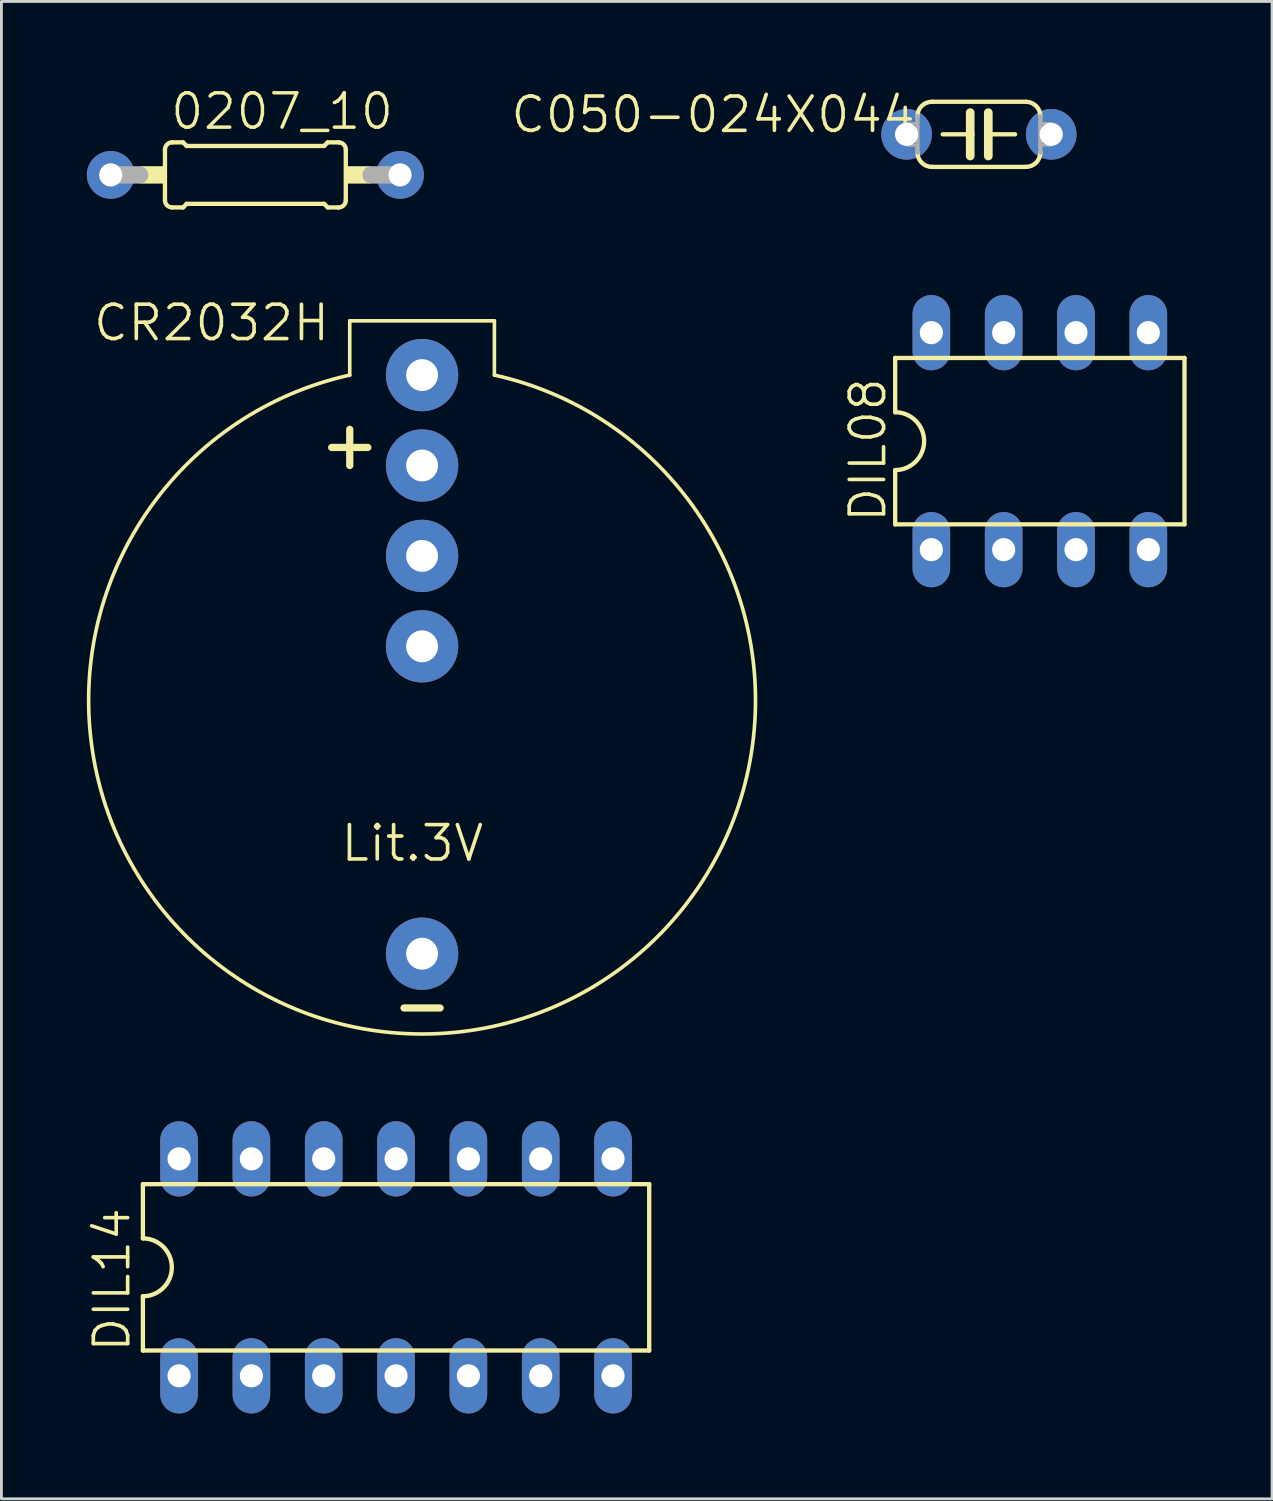
<source format=kicad_pcb>
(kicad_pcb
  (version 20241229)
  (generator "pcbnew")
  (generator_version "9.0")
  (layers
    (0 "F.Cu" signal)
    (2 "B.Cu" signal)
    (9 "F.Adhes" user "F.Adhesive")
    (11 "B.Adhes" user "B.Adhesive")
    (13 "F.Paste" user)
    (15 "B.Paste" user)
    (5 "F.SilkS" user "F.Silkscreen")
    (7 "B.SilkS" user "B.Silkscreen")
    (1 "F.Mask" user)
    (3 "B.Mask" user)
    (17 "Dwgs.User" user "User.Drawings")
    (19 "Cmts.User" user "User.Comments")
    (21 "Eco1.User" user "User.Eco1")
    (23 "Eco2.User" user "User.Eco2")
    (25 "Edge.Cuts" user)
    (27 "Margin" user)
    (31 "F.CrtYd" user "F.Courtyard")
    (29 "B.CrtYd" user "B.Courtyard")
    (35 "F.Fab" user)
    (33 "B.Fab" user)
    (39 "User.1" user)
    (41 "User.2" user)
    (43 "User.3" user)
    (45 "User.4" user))
  (footprint "DIL08"
    (layer "F.Cu")
    (at 33.466 12.442)
    (property "Reference" "DIL08" (at -5.334 2.921 90) (layer "F.SilkS") (effects (font (size 1.206 1.206) (thickness 0.127)) (justify left bottom)))
    (attr through_hole)
    (fp_line (start -5.08 -2.921) (end -5.08 -1.016) (stroke (width 0.152) (type solid)) (layer "F.SilkS"))
    (fp_line (start -5.08 2.921) (end -5.08 1.016) (stroke (width 0.152) (type solid)) (layer "F.SilkS"))
    (fp_line (start -5.08 2.921) (end 5.08 2.921) (stroke (width 0.152) (type solid)) (layer "F.SilkS"))
    (fp_line (start 5.08 -2.921) (end -5.08 -2.921) (stroke (width 0.152) (type solid)) (layer "F.SilkS"))
    (fp_line (start 5.08 -2.921) (end 5.08 2.921) (stroke (width 0.152) (type solid)) (layer "F.SilkS"))
    (fp_arc (start -5.08 -1.016) (mid -4.064 0) (end -5.08 1.016) (stroke (width 0.1524) (type solid)) (layer "F.SilkS"))
    (pad "1" thru_hole oval (at -3.81 3.81 90) (size 2.642 1.321) (drill 0.813) (layers "*.Cu" "*.Mask"))
    (pad "2" thru_hole oval (at -1.27 3.81 90) (size 2.642 1.321) (drill 0.813) (layers "*.Cu" "*.Mask"))
    (pad "3" thru_hole oval (at 1.27 3.81 90) (size 2.642 1.321) (drill 0.813) (layers "*.Cu" "*.Mask"))
    (pad "4" thru_hole oval (at 3.81 3.81 90) (size 2.642 1.321) (drill 0.813) (layers "*.Cu" "*.Mask"))
    (pad "5" thru_hole oval (at 3.81 -3.81 90) (size 2.642 1.321) (drill 0.813) (layers "*.Cu" "*.Mask"))
    (pad "6" thru_hole oval (at 1.27 -3.81 90) (size 2.642 1.321) (drill 0.813) (layers "*.Cu" "*.Mask"))
    (pad "7" thru_hole oval (at -1.27 -3.81 90) (size 2.642 1.321) (drill 0.813) (layers "*.Cu" "*.Mask"))
    (pad "8" thru_hole oval (at -3.81 -3.81 90) (size 2.642 1.321) (drill 0.813) (layers "*.Cu" "*.Mask")))
  (footprint "0207_10"
    (layer "F.Cu")
    (at 5.918 3.092)
    (property "Reference" "0207_10" (at -3.048 -1.524 0) (layer "F.SilkS") (effects (font (size 1.206 1.206) (thickness 0.121)) (justify left bottom)))
    (attr through_hole)
    (fp_line (start -3.175 0.889) (end -3.175 -0.889) (stroke (width 0.152) (type solid)) (layer "F.SilkS"))
    (fp_line (start -2.921 -1.143) (end -2.54 -1.143) (stroke (width 0.152) (type solid)) (layer "F.SilkS"))
    (fp_line (start -2.921 1.143) (end -2.54 1.143) (stroke (width 0.152) (type solid)) (layer "F.SilkS"))
    (fp_line (start -2.413 -1.016) (end -2.54 -1.143) (stroke (width 0.152) (type solid)) (layer "F.SilkS"))
    (fp_line (start -2.413 1.016) (end -2.54 1.143) (stroke (width 0.152) (type solid)) (layer "F.SilkS"))
    (fp_line (start 2.413 -1.016) (end -2.413 -1.016) (stroke (width 0.152) (type solid)) (layer "F.SilkS"))
    (fp_line (start 2.413 -1.016) (end 2.54 -1.143) (stroke (width 0.152) (type solid)) (layer "F.SilkS"))
    (fp_line (start 2.413 1.016) (end -2.413 1.016) (stroke (width 0.152) (type solid)) (layer "F.SilkS"))
    (fp_line (start 2.413 1.016) (end 2.54 1.143) (stroke (width 0.152) (type solid)) (layer "F.SilkS"))
    (fp_line (start 2.921 -1.143) (end 2.54 -1.143) (stroke (width 0.152) (type solid)) (layer "F.SilkS"))
    (fp_line (start 2.921 1.143) (end 2.54 1.143) (stroke (width 0.152) (type solid)) (layer "F.SilkS"))
    (fp_line (start 3.175 0.889) (end 3.175 -0.889) (stroke (width 0.152) (type solid)) (layer "F.SilkS"))
    (fp_arc (start -3.175 -0.889) (mid -3.100605 -1.068605) (end -2.921 -1.143) (stroke (width 0.1524) (type solid)) (layer "F.SilkS"))
    (fp_arc (start -2.921 1.143) (mid -3.100605 1.068605) (end -3.175 0.889) (stroke (width 0.1524) (type solid)) (layer "F.SilkS"))
    (fp_arc (start 2.921 -1.143) (mid 3.100605 -1.068605) (end 3.175 -0.889) (stroke (width 0.1524) (type solid)) (layer "F.SilkS"))
    (fp_arc (start 3.175 0.889) (mid 3.100605 1.068605) (end 2.921 1.143) (stroke (width 0.1524) (type solid)) (layer "F.SilkS"))
    (fp_poly (pts (xy -4.039 0.305) (xy -3.175 0.305) (xy -3.175 -0.305) (xy -4.039 -0.305)) (stroke (width 0) (type solid)) (fill yes) (layer "F.SilkS"))
    (fp_poly (pts (xy 3.175 0.305) (xy 4.039 0.305) (xy 4.039 -0.305) (xy 3.175 -0.305)) (stroke (width 0) (type solid)) (fill yes) (layer "F.SilkS"))
    (fp_line (start -5.08 0) (end -4.064 0) (stroke (width 0.61) (type solid)) (layer "F.Fab"))
    (fp_line (start 5.08 0) (end 4.064 0) (stroke (width 0.61) (type solid)) (layer "F.Fab"))
    (pad "1" thru_hole circle (at -5.08 0) (size 1.676 1.676) (drill 0.813) (layers "*.Cu" "*.Mask"))
    (pad "2" thru_hole circle (at 5.08 0) (size 1.676 1.676) (drill 0.813) (layers "*.Cu" "*.Mask")))
  (footprint "DIL14"
    (layer "F.Cu")
    (at 10.858 41.455)
    (property "Reference" "DIL14" (at -9.271 3.048 90) (layer "F.SilkS") (effects (font (size 1.206 1.206) (thickness 0.127)) (justify left bottom)))
    (attr through_hole)
    (fp_line (start -8.89 -2.921) (end -8.89 -1.016) (stroke (width 0.152) (type solid)) (layer "F.SilkS"))
    (fp_line (start -8.89 2.921) (end -8.89 1.016) (stroke (width 0.152) (type solid)) (layer "F.SilkS"))
    (fp_line (start -8.89 2.921) (end 8.89 2.921) (stroke (width 0.152) (type solid)) (layer "F.SilkS"))
    (fp_line (start 8.89 -2.921) (end -8.89 -2.921) (stroke (width 0.152) (type solid)) (layer "F.SilkS"))
    (fp_line (start 8.89 -2.921) (end 8.89 2.921) (stroke (width 0.152) (type solid)) (layer "F.SilkS"))
    (fp_arc (start -8.89 -1.016) (mid -7.874 0) (end -8.89 1.016) (stroke (width 0.1524) (type solid)) (layer "F.SilkS"))
    (pad "1" thru_hole oval (at -7.62 3.81 90) (size 2.642 1.321) (drill 0.813) (layers "*.Cu" "*.Mask"))
    (pad "2" thru_hole oval (at -5.08 3.81 90) (size 2.642 1.321) (drill 0.813) (layers "*.Cu" "*.Mask"))
    (pad "3" thru_hole oval (at -2.54 3.81 90) (size 2.642 1.321) (drill 0.813) (layers "*.Cu" "*.Mask"))
    (pad "4" thru_hole oval (at 0 3.81 90) (size 2.642 1.321) (drill 0.813) (layers "*.Cu" "*.Mask"))
    (pad "5" thru_hole oval (at 2.54 3.81 90) (size 2.642 1.321) (drill 0.813) (layers "*.Cu" "*.Mask"))
    (pad "6" thru_hole oval (at 5.08 3.81 90) (size 2.642 1.321) (drill 0.813) (layers "*.Cu" "*.Mask"))
    (pad "7" thru_hole oval (at 7.62 3.81 90) (size 2.642 1.321) (drill 0.813) (layers "*.Cu" "*.Mask"))
    (pad "8" thru_hole oval (at 7.62 -3.81 90) (size 2.642 1.321) (drill 0.813) (layers "*.Cu" "*.Mask"))
    (pad "9" thru_hole oval (at 5.08 -3.81 90) (size 2.642 1.321) (drill 0.813) (layers "*.Cu" "*.Mask"))
    (pad "10" thru_hole oval (at 2.54 -3.81 90) (size 2.642 1.321) (drill 0.813) (layers "*.Cu" "*.Mask"))
    (pad "11" thru_hole oval (at 0 -3.81 90) (size 2.642 1.321) (drill 0.813) (layers "*.Cu" "*.Mask"))
    (pad "12" thru_hole oval (at -2.54 -3.81 90) (size 2.642 1.321) (drill 0.813) (layers "*.Cu" "*.Mask"))
    (pad "13" thru_hole oval (at -5.08 -3.81 90) (size 2.642 1.321) (drill 0.813) (layers "*.Cu" "*.Mask"))
    (pad "14" thru_hole oval (at -7.62 -3.81 90) (size 2.642 1.321) (drill 0.813) (layers "*.Cu" "*.Mask")))
  (footprint "CR2032H"
    (layer "F.Cu")
    (at 11.772 22.187)
    (property "Reference" "CR2032H" (at -3.175 -14.605 0) (layer "F.SilkS") (effects (font (size 1.206 1.206) (thickness 0.127)) (justify right top)))
    (attr through_hole)
    (fp_line (start -3.175 -9.525) (end -1.905 -9.525) (stroke (width 0.254) (type solid)) (layer "F.SilkS"))
    (fp_line (start -2.54 -13.97) (end 2.54 -13.97) (stroke (width 0.127) (type solid)) (layer "F.SilkS"))
    (fp_line (start -2.54 -12.065) (end -2.54 -13.97) (stroke (width 0.127) (type solid)) (layer "F.SilkS"))
    (fp_line (start -2.54 -10.16) (end -2.54 -8.89) (stroke (width 0.254) (type solid)) (layer "F.SilkS"))
    (fp_line (start -0.635 10.16) (end 0.635 10.16) (stroke (width 0.254) (type solid)) (layer "F.SilkS"))
    (fp_line (start 2.54 -13.97) (end 2.54 -12.065) (stroke (width 0.127) (type solid)) (layer "F.SilkS"))
    (fp_arc (start 2.54 -12.065) (mid 0 11.073823) (end -2.54 -12.065) (stroke (width 0.127) (type solid)) (layer "F.SilkS"))
    (fp_text user "Lit.3V" (at -2.921 5.08 0) (layer "F.SilkS") (effects (font (size 1.206 1.206) (thickness 0.127)) (justify left bottom)))
    (pad "+@1" thru_hole circle (at 0 -12.065) (size 2.54 2.54) (drill 1.118) (layers "*.Cu" "*.Mask"))
    (pad "+@2" thru_hole circle (at 0 -8.89) (size 2.54 2.54) (drill 1.118) (layers "*.Cu" "*.Mask"))
    (pad "+@3" thru_hole circle (at 0 -5.715) (size 2.54 2.54) (drill 1.118) (layers "*.Cu" "*.Mask"))
    (pad "+@4" thru_hole circle (at 0 -2.54) (size 2.54 2.54) (drill 1.118) (layers "*.Cu" "*.Mask"))
    (pad "-" thru_hole circle (at 0 8.255) (size 2.54 2.54) (drill 1.118) (layers "*.Cu" "*.Mask")))
  (footprint "C050-024X044"
    (layer "F.Cu")
    (at 31.326 1.667)
    (property "Reference" "C050-024X044" (at -2.159 -1.397 0) (layer "F.SilkS") (effects (font (size 1.206 1.206) (thickness 0.127)) (justify right top)))
    (attr through_hole)
    (fp_line (start -1.27 0) (end -0.305 0) (stroke (width 0.152) (type solid)) (layer "F.SilkS"))
    (fp_line (start -0.305 -0.762) (end -0.305 0) (stroke (width 0.305) (type solid)) (layer "F.SilkS"))
    (fp_line (start -0.305 0) (end -0.305 0.762) (stroke (width 0.305) (type solid)) (layer "F.SilkS"))
    (fp_line (start 0.33 -0.762) (end 0.33 0) (stroke (width 0.305) (type solid)) (layer "F.SilkS"))
    (fp_line (start 0.33 0) (end 0.33 0.762) (stroke (width 0.305) (type solid)) (layer "F.SilkS"))
    (fp_line (start 1.27 0) (end 0.33 0) (stroke (width 0.152) (type solid)) (layer "F.SilkS"))
    (fp_line (start 1.651 -1.143) (end -1.651 -1.143) (stroke (width 0.152) (type solid)) (layer "F.SilkS"))
    (fp_line (start 1.651 1.143) (end -1.651 1.143) (stroke (width 0.152) (type solid)) (layer "F.SilkS"))
    (fp_arc (start -2.159 -0.635) (mid -2.01021 -0.99421) (end -1.651 -1.143) (stroke (width 0.1524) (type solid)) (layer "F.SilkS"))
    (fp_arc (start -1.651 1.143) (mid -2.01021 0.99421) (end -2.159 0.635) (stroke (width 0.1524) (type solid)) (layer "F.SilkS"))
    (fp_arc (start 1.651 -1.143) (mid 2.01021 -0.99421) (end 2.159 -0.635) (stroke (width 0.1524) (type solid)) (layer "F.SilkS"))
    (fp_arc (start 2.159 0.635) (mid 2.01021 0.99421) (end 1.651 1.143) (stroke (width 0.1524) (type solid)) (layer "F.SilkS"))
    (fp_line (start -2.159 0.635) (end -2.159 -0.635) (stroke (width 0.152) (type solid)) (layer "F.Fab"))
    (fp_line (start 2.159 0.635) (end 2.159 -0.635) (stroke (width 0.152) (type solid)) (layer "F.Fab"))
    (fp_poly (pts (xy -2.54 0.381) (xy -2.159 0.381) (xy -2.159 -0.381) (xy -2.54 -0.381)) (stroke (width 0.1) (type solid)) (fill no) (layer "F.Fab"))
    (fp_poly (pts (xy 2.159 0.381) (xy 2.54 0.381) (xy 2.54 -0.381) (xy 2.159 -0.381)) (stroke (width 0.1) (type solid)) (fill no) (layer "F.Fab"))
    (pad "1" thru_hole circle (at -2.54 0) (size 1.778 1.778) (drill 0.813) (layers "*.Cu" "*.Mask"))
    (pad "2" thru_hole circle (at 2.54 0) (size 1.778 1.778) (drill 0.813) (layers "*.Cu" "*.Mask")))
  (gr_rect
    (start -3 -3)
    (end 41.622 49.585)
    (stroke (width 0.1) (type default))
    (fill no)
    (layer "Edge.Cuts")))
</source>
